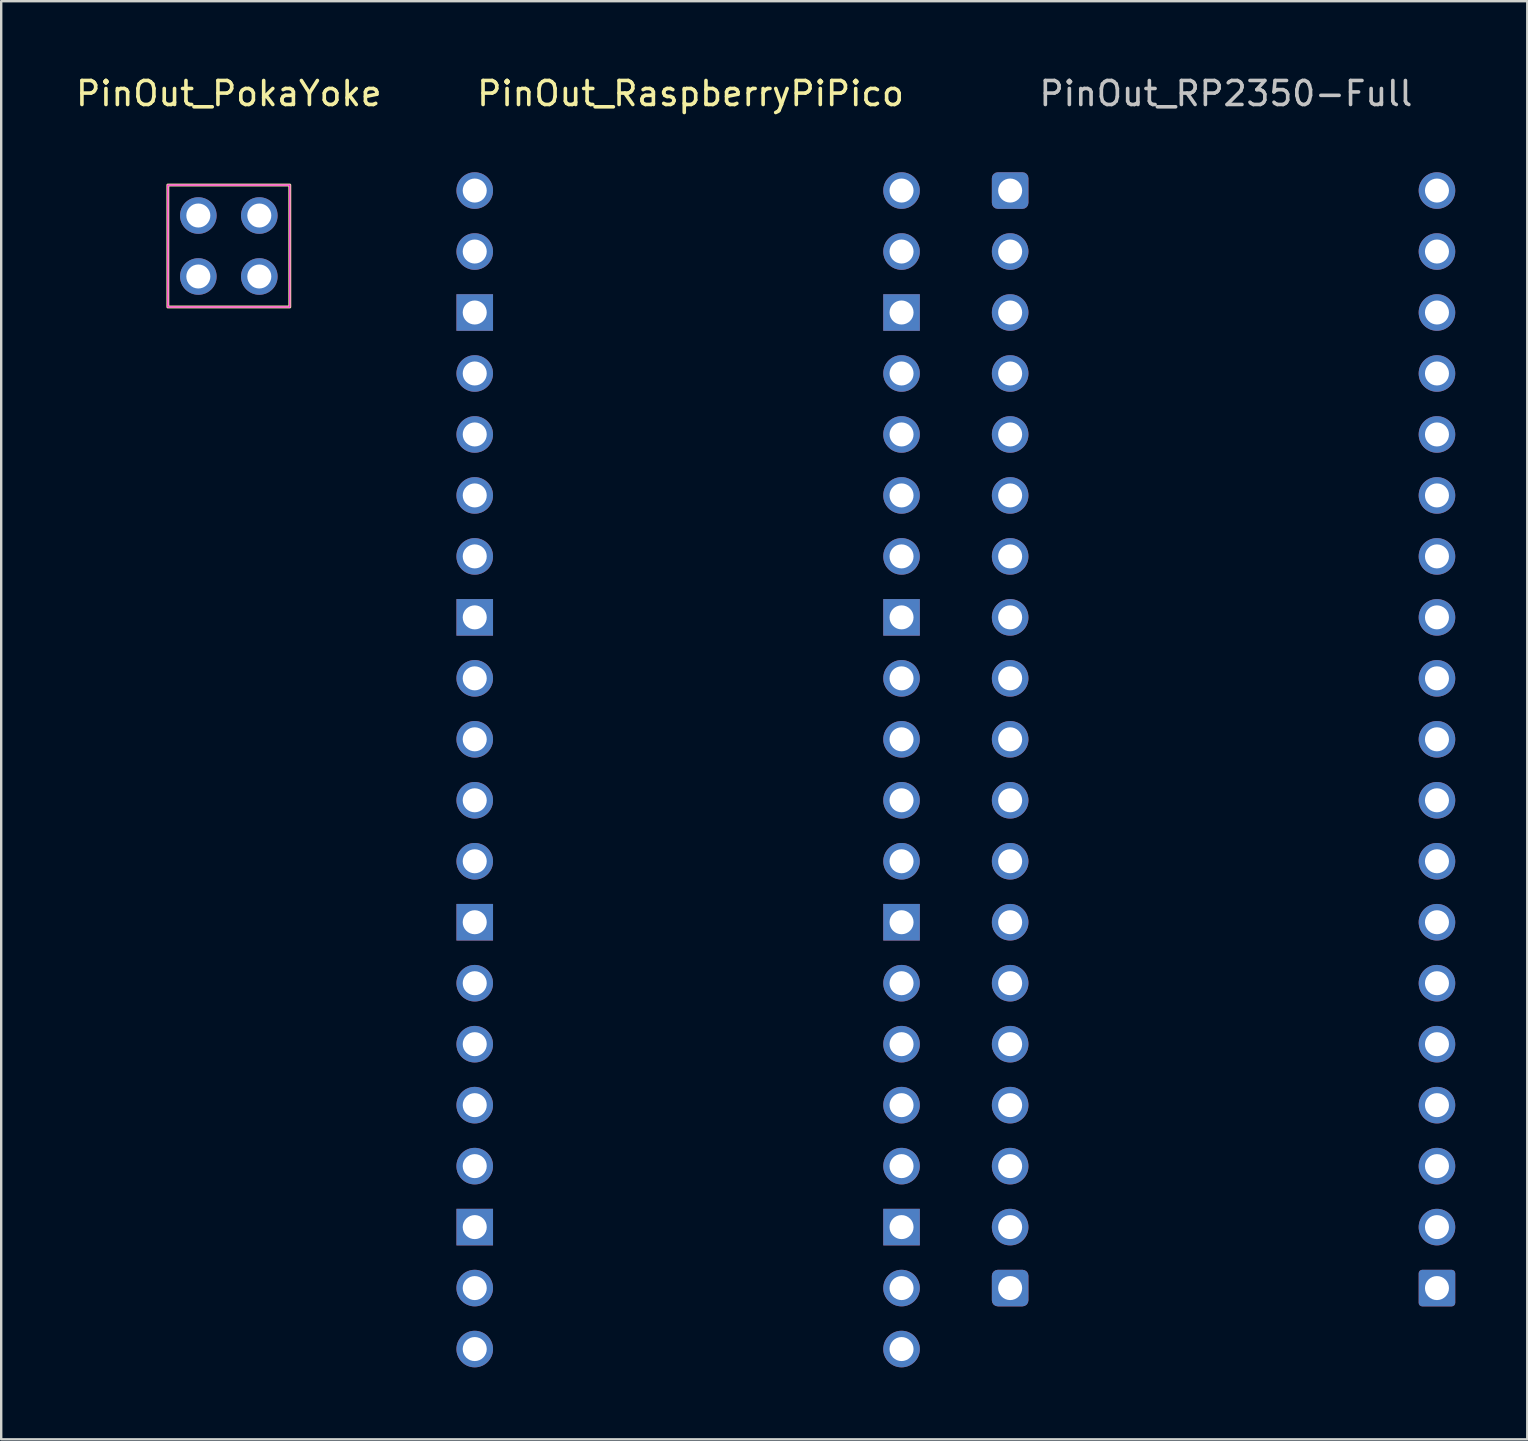
<source format=kicad_pcb>
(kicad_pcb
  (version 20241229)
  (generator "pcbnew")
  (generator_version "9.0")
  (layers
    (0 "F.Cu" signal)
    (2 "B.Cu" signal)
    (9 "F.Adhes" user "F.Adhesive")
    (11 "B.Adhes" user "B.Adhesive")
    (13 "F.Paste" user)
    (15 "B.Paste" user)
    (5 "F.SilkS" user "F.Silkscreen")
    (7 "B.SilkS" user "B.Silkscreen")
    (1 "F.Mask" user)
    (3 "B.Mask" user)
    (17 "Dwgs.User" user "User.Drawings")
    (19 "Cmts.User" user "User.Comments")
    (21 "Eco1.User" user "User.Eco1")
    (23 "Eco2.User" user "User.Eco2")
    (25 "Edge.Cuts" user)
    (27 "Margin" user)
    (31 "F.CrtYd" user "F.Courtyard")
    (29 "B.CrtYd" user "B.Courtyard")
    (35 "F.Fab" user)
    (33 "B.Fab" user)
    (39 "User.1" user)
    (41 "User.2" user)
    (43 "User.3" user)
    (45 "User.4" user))
  (footprint "PinOut_RP2350-Full"
    (layer "F.Cu")
    (at 47.92 15.048)
    (property "Reference" "PinOut_RP2350-Full" (at 0.1 -14.2 0) (unlocked yes) (layer "Dwgs.User") (effects (font (size 1 1) (thickness 0.15))))
    (attr through_hole)
    (pad "1" thru_hole roundrect (at -8.89 -10.16) (size 1.524 1.524) (drill 1) (layers "*.Cu" "*.Mask") (roundrect_rratio 0.164))
    (pad "2" thru_hole circle (at -8.89 -7.62 180) (size 1.524 1.524) (drill 1) (layers "*.Cu" "*.Mask"))
    (pad "3" thru_hole circle (at -8.89 -5.08) (size 1.524 1.524) (drill 1) (layers "*.Cu" "*.Mask"))
    (pad "4" thru_hole circle (at -8.89 -2.54) (size 1.524 1.524) (drill 1) (layers "*.Cu" "*.Mask"))
    (pad "5" thru_hole circle (at -8.89 0) (size 1.524 1.524) (drill 1) (layers "*.Cu" "*.Mask"))
    (pad "6" thru_hole circle (at -8.89 2.54) (size 1.524 1.524) (drill 1) (layers "*.Cu" "*.Mask"))
    (pad "7" thru_hole circle (at -8.89 5.08) (size 1.524 1.524) (drill 1) (layers "*.Cu" "*.Mask"))
    (pad "8" thru_hole circle (at -8.89 7.62) (size 1.524 1.524) (drill 1) (layers "*.Cu" "*.Mask"))
    (pad "9" thru_hole circle (at -8.89 10.16) (size 1.524 1.524) (drill 1) (layers "*.Cu" "*.Mask"))
    (pad "10" thru_hole circle (at -8.89 12.7) (size 1.524 1.524) (drill 1) (layers "*.Cu" "*.Mask"))
    (pad "11" thru_hole circle (at -8.89 15.24) (size 1.524 1.524) (drill 1) (layers "*.Cu" "*.Mask"))
    (pad "12" thru_hole circle (at -8.89 17.78) (size 1.524 1.524) (drill 1) (layers "*.Cu" "*.Mask"))
    (pad "13" thru_hole circle (at -8.89 20.32) (size 1.524 1.524) (drill 1) (layers "*.Cu" "*.Mask"))
    (pad "14" thru_hole circle (at -8.89 22.86) (size 1.524 1.524) (drill 1) (layers "*.Cu" "*.Mask"))
    (pad "15" thru_hole circle (at -8.89 25.4) (size 1.524 1.524) (drill 1) (layers "*.Cu" "*.Mask"))
    (pad "16" thru_hole circle (at -8.89 27.94) (size 1.524 1.524) (drill 1) (layers "*.Cu" "*.Mask"))
    (pad "17" thru_hole circle (at -8.89 30.48) (size 1.524 1.524) (drill 1) (layers "*.Cu" "*.Mask"))
    (pad "18" thru_hole circle (at -8.89 33.02) (size 1.524 1.524) (drill 1) (layers "*.Cu" "*.Mask"))
    (pad "19" thru_hole roundrect (at -8.89 35.56) (size 1.524 1.524) (drill 1) (layers "*.Cu" "*.Mask") (roundrect_rratio 0.164))
    (pad "20" thru_hole roundrect (at 8.89 35.56 180) (size 1.524 1.524) (drill 1) (layers "*.Cu" "*.Mask") (roundrect_rratio 0.098))
    (pad "21" thru_hole circle (at 8.89 33.02) (size 1.524 1.524) (drill 1) (layers "*.Cu" "*.Mask"))
    (pad "22" thru_hole circle (at 8.89 30.48) (size 1.524 1.524) (drill 1) (layers "*.Cu" "*.Mask"))
    (pad "23" thru_hole circle (at 8.89 27.94) (size 1.524 1.524) (drill 1) (layers "*.Cu" "*.Mask"))
    (pad "24" thru_hole circle (at 8.89 25.4) (size 1.524 1.524) (drill 1) (layers "*.Cu" "*.Mask"))
    (pad "25" thru_hole circle (at 8.89 22.86) (size 1.524 1.524) (drill 1) (layers "*.Cu" "*.Mask"))
    (pad "26" thru_hole circle (at 8.89 20.32) (size 1.524 1.524) (drill 1) (layers "*.Cu" "*.Mask"))
    (pad "27" thru_hole circle (at 8.89 17.78) (size 1.524 1.524) (drill 1) (layers "*.Cu" "*.Mask"))
    (pad "28" thru_hole circle (at 8.89 15.24) (size 1.524 1.524) (drill 1) (layers "*.Cu" "*.Mask"))
    (pad "29" thru_hole circle (at 8.89 12.7) (size 1.524 1.524) (drill 1) (layers "*.Cu" "*.Mask"))
    (pad "30" thru_hole circle (at 8.89 10.16) (size 1.524 1.524) (drill 1) (layers "*.Cu" "*.Mask"))
    (pad "31" thru_hole circle (at 8.89 7.62) (size 1.524 1.524) (drill 1) (layers "*.Cu" "*.Mask"))
    (pad "32" thru_hole circle (at 8.89 5.08) (size 1.524 1.524) (drill 1) (layers "*.Cu" "*.Mask"))
    (pad "33" thru_hole circle (at 8.89 2.54) (size 1.524 1.524) (drill 1) (layers "*.Cu" "*.Mask"))
    (pad "34" thru_hole circle (at 8.89 0) (size 1.524 1.524) (drill 1) (layers "*.Cu" "*.Mask"))
    (pad "35" thru_hole circle (at 8.89 -2.54) (size 1.524 1.524) (drill 1) (layers "*.Cu" "*.Mask"))
    (pad "36" thru_hole circle (at 8.89 -5.08) (size 1.524 1.524) (drill 1) (layers "*.Cu" "*.Mask"))
    (pad "37" thru_hole circle (at 8.89 -7.62) (size 1.524 1.524) (drill 1) (layers "*.Cu" "*.Mask"))
    (pad "38" thru_hole circle (at 8.89 -10.16) (size 1.524 1.524) (drill 1) (layers "*.Cu" "*.Mask")))
  (footprint "PinOut_RaspberryPiPico"
    (layer "F.Cu")
    (at 25.616 15.048)
    (property "Reference" "PinOut_RaspberryPiPico" (at 0.1 -14.2 0) (unlocked yes) (layer "F.SilkS") (effects (font (size 1 1) (thickness 0.15))))
    (attr through_hole)
    (pad "1" thru_hole circle (at -8.89 -10.16) (size 1.524 1.524) (drill 1) (layers "*.Cu" "*.Mask"))
    (pad "2" thru_hole circle (at -8.89 -7.62 180) (size 1.524 1.524) (drill 1) (layers "*.Cu" "*.Mask"))
    (pad "3" thru_hole rect (at -8.89 -5.08) (size 1.524 1.524) (drill 1) (layers "*.Cu" "*.Mask"))
    (pad "4" thru_hole circle (at -8.89 -2.54) (size 1.524 1.524) (drill 1) (layers "*.Cu" "*.Mask"))
    (pad "5" thru_hole circle (at -8.89 0) (size 1.524 1.524) (drill 1) (layers "*.Cu" "*.Mask"))
    (pad "6" thru_hole circle (at -8.89 2.54) (size 1.524 1.524) (drill 1) (layers "*.Cu" "*.Mask"))
    (pad "7" thru_hole circle (at -8.89 5.08) (size 1.524 1.524) (drill 1) (layers "*.Cu" "*.Mask"))
    (pad "8" thru_hole rect (at -8.89 7.62) (size 1.524 1.524) (drill 1) (layers "*.Cu" "*.Mask"))
    (pad "9" thru_hole circle (at -8.89 10.16) (size 1.524 1.524) (drill 1) (layers "*.Cu" "*.Mask"))
    (pad "10" thru_hole circle (at -8.89 12.7) (size 1.524 1.524) (drill 1) (layers "*.Cu" "*.Mask"))
    (pad "11" thru_hole circle (at -8.89 15.24) (size 1.524 1.524) (drill 1) (layers "*.Cu" "*.Mask"))
    (pad "12" thru_hole circle (at -8.89 17.78) (size 1.524 1.524) (drill 1) (layers "*.Cu" "*.Mask"))
    (pad "13" thru_hole rect (at -8.89 20.32) (size 1.524 1.524) (drill 1) (layers "*.Cu" "*.Mask"))
    (pad "14" thru_hole circle (at -8.89 22.86) (size 1.524 1.524) (drill 1) (layers "*.Cu" "*.Mask"))
    (pad "15" thru_hole circle (at -8.89 25.4) (size 1.524 1.524) (drill 1) (layers "*.Cu" "*.Mask"))
    (pad "16" thru_hole circle (at -8.89 27.94) (size 1.524 1.524) (drill 1) (layers "*.Cu" "*.Mask"))
    (pad "17" thru_hole circle (at -8.89 30.48) (size 1.524 1.524) (drill 1) (layers "*.Cu" "*.Mask"))
    (pad "18" thru_hole rect (at -8.89 33.02) (size 1.524 1.524) (drill 1) (layers "*.Cu" "*.Mask"))
    (pad "19" thru_hole circle (at -8.89 35.56) (size 1.524 1.524) (drill 1) (layers "*.Cu" "*.Mask"))
    (pad "20" thru_hole circle (at -8.89 38.1) (size 1.524 1.524) (drill 1) (layers "*.Cu" "*.Mask"))
    (pad "21" thru_hole circle (at 8.89 38.1) (size 1.524 1.524) (drill 1) (layers "*.Cu" "*.Mask"))
    (pad "22" thru_hole circle (at 8.89 35.56) (size 1.524 1.524) (drill 1) (layers "*.Cu" "*.Mask"))
    (pad "23" thru_hole rect (at 8.89 33.02) (size 1.524 1.524) (drill 1) (layers "*.Cu" "*.Mask"))
    (pad "24" thru_hole circle (at 8.89 30.48) (size 1.524 1.524) (drill 1) (layers "*.Cu" "*.Mask"))
    (pad "25" thru_hole circle (at 8.89 27.94) (size 1.524 1.524) (drill 1) (layers "*.Cu" "*.Mask"))
    (pad "26" thru_hole circle (at 8.89 25.4) (size 1.524 1.524) (drill 1) (layers "*.Cu" "*.Mask"))
    (pad "27" thru_hole circle (at 8.89 22.86) (size 1.524 1.524) (drill 1) (layers "*.Cu" "*.Mask"))
    (pad "28" thru_hole rect (at 8.89 20.32) (size 1.524 1.524) (drill 1) (layers "*.Cu" "*.Mask"))
    (pad "29" thru_hole circle (at 8.89 17.78) (size 1.524 1.524) (drill 1) (layers "*.Cu" "*.Mask"))
    (pad "30" thru_hole circle (at 8.89 15.24) (size 1.524 1.524) (drill 1) (layers "*.Cu" "*.Mask"))
    (pad "31" thru_hole circle (at 8.89 12.7) (size 1.524 1.524) (drill 1) (layers "*.Cu" "*.Mask"))
    (pad "32" thru_hole circle (at 8.89 10.16) (size 1.524 1.524) (drill 1) (layers "*.Cu" "*.Mask"))
    (pad "33" thru_hole rect (at 8.89 7.62) (size 1.524 1.524) (drill 1) (layers "*.Cu" "*.Mask"))
    (pad "34" thru_hole circle (at 8.89 5.08) (size 1.524 1.524) (drill 1) (layers "*.Cu" "*.Mask"))
    (pad "35" thru_hole circle (at 8.89 2.54) (size 1.524 1.524) (drill 1) (layers "*.Cu" "*.Mask"))
    (pad "36" thru_hole circle (at 8.89 0) (size 1.524 1.524) (drill 1) (layers "*.Cu" "*.Mask"))
    (pad "37" thru_hole circle (at 8.89 -2.54) (size 1.524 1.524) (drill 1) (layers "*.Cu" "*.Mask"))
    (pad "38" thru_hole rect (at 8.89 -5.08) (size 1.524 1.524) (drill 1) (layers "*.Cu" "*.Mask"))
    (pad "39" thru_hole circle (at 8.89 -7.62 180) (size 1.524 1.524) (drill 1) (layers "*.Cu" "*.Mask"))
    (pad "40" thru_hole circle (at 8.89 -10.16) (size 1.524 1.524) (drill 1) (layers "*.Cu" "*.Mask")))
  (footprint "PinOut_PokaYoke"
    (layer "F.Cu")
    (at 6.482 7.198)
    (property "Reference" "PinOut_PokaYoke" (at 0 -6.35 0) (layer "F.SilkS") (effects (font (size 1 1) (thickness 0.15))))
    (attr through_hole)
    (fp_rect (start -2.54 -2.54) (end 2.54 2.54) (stroke (width 0.12) (type default)) (fill no) (layer "F.SilkS"))
    (fp_rect (start -2.54 -2.54) (end 2.54 2.54) (stroke (width 0.05) (type default)) (fill no) (layer "F.CrtYd"))
    (pad "1" thru_hole circle (at -1.27 -1.27) (size 1.524 1.524) (drill 1) (layers "*.Cu" "*.Mask"))
    (pad "2" thru_hole circle (at 1.27 -1.27) (size 1.524 1.524) (drill 1) (layers "*.Cu" "*.Mask"))
    (pad "3" thru_hole circle (at -1.27 1.27) (size 1.524 1.524) (drill 1) (layers "*.Cu" "*.Mask"))
    (pad "4" thru_hole circle (at 1.27 1.27) (size 1.524 1.524) (drill 1) (layers "*.Cu" "*.Mask")))
  (gr_rect
    (start -3 -3)
    (end 60.572 56.91)
    (stroke (width 0.1) (type default))
    (fill no)
    (layer "Edge.Cuts")))
</source>
